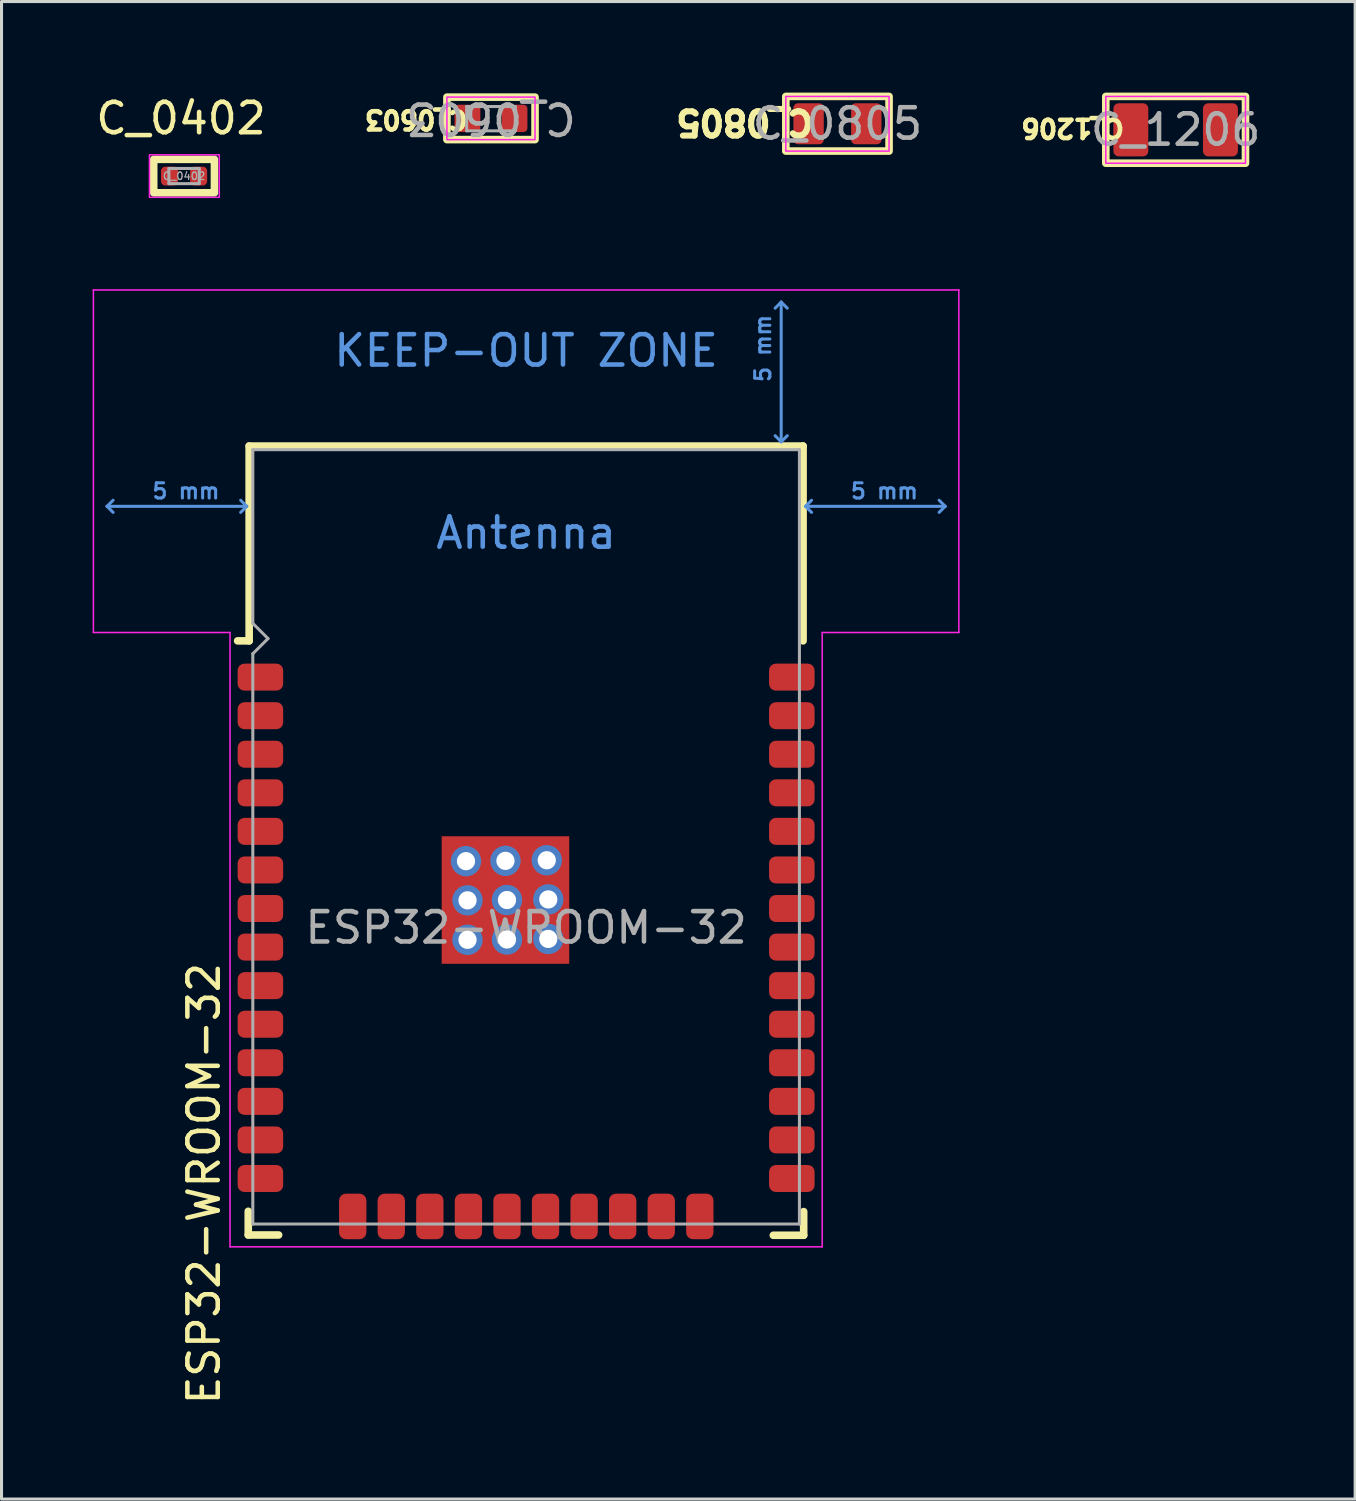
<source format=kicad_pcb>
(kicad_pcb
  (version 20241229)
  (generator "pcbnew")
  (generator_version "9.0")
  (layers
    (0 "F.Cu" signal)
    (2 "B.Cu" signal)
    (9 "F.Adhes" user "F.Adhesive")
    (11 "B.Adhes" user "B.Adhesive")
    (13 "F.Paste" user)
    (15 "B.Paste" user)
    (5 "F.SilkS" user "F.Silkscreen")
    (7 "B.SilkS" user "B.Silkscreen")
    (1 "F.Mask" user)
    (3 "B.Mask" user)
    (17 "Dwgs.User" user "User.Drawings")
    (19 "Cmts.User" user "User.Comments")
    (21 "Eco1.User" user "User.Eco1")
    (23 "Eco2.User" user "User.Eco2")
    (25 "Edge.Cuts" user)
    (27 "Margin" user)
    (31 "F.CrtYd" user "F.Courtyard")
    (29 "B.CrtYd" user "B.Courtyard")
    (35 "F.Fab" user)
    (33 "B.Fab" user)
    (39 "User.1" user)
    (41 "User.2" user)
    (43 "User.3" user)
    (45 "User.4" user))
  (footprint "C_0603"
    (layer "F.Cu")
    (at 13.118 0.848)
    (property "Reference" "C_0603" (at -2.46 0.035 180) (unlocked yes) (layer "F.SilkS") (effects (font (size 0.6 0.6) (thickness 0.15) (bold yes))))
    (attr smd)
    (fp_rect (start -1.451 -0.7) (end 1.451 0.7) (stroke (width 0.25) (type default)) (fill no) (layer "F.SilkS"))
    (fp_rect (start -1.451 -0.7) (end 1.451 0.7) (stroke (width 0.05) (type default)) (fill no) (layer "F.CrtYd"))
    (fp_line (start -0.8 -0.39) (end 0.8 -0.39) (stroke (width 0.1) (type solid)) (layer "F.Fab"))
    (fp_line (start -0.8 0.41) (end -0.8 -0.39) (stroke (width 0.1) (type solid)) (layer "F.Fab"))
    (fp_line (start 0.8 -0.39) (end 0.8 0.41) (stroke (width 0.1) (type solid)) (layer "F.Fab"))
    (fp_line (start 0.8 0.41) (end -0.8 0.41) (stroke (width 0.1) (type solid)) (layer "F.Fab"))
    (fp_text user "${REFERENCE}" (at 0 0 180) (unlocked yes) (layer "F.Fab") (effects (font (size 1 1) (thickness 0.15))))
    (pad "1" smd roundrect (at -0.775 0 180) (size 0.85 0.9) (layers "F.Cu" "F.Mask" "F.Paste") (roundrect_rratio 0.15))
    (pad "2" smd roundrect (at 0.775 0 180) (size 0.85 0.9) (layers "F.Cu" "F.Mask" "F.Paste") (roundrect_rratio 0.15)))
  (footprint "C_0402"
    (layer "F.Cu")
    (at 3.011 2.748)
    (property "Reference" "C_0402" (at -0.1 -1.9 0) (layer "F.SilkS") (effects (font (size 1 1) (thickness 0.15))))
    (attr smd)
    (fp_rect (start -1 -0.55) (end 1 0.55) (stroke (width 0.25) (type solid)) (fill no) (layer "F.SilkS"))
    (fp_rect (start -1.14 -0.7) (end 1.16 0.7) (stroke (width 0.05) (type solid)) (fill no) (layer "F.CrtYd"))
    (fp_line (start -0.5 -0.25) (end 0.5 -0.25) (stroke (width 0.1) (type solid)) (layer "F.Fab"))
    (fp_line (start -0.5 0.25) (end -0.5 -0.25) (stroke (width 0.1) (type solid)) (layer "F.Fab"))
    (fp_line (start 0.5 -0.25) (end 0.5 0.25) (stroke (width 0.1) (type solid)) (layer "F.Fab"))
    (fp_line (start 0.5 0.25) (end -0.5 0.25) (stroke (width 0.1) (type solid)) (layer "F.Fab"))
    (fp_text user "${REFERENCE}" (at 0 0 0) (layer "F.Fab") (effects (font (size 0.25 0.25) (thickness 0.04))))
    (pad "1" smd roundrect (at -0.48 0) (size 0.56 0.62) (layers "F.Cu" "F.Mask" "F.Paste") (roundrect_rratio 0.25))
    (pad "2" smd roundrect (at 0.48 0) (size 0.56 0.62) (layers "F.Cu" "F.Mask" "F.Paste") (roundrect_rratio 0.25)))
  (footprint "C_0805"
    (layer "F.Cu")
    (at 24.527 1.025)
    (property "Reference" "C_0805" (at -3.05 -0.05 180) (unlocked yes) (layer "F.SilkS") (effects (font (size 0.8 0.8) (thickness 0.2) (bold yes))))
    (attr smd)
    (fp_rect (start -1.7 -0.9) (end 1.7 0.9) (stroke (width 0.25) (type default)) (fill no) (layer "F.SilkS"))
    (fp_rect (start -1.7 -0.9) (end 1.7 0.9) (stroke (width 0.05) (type default)) (fill no) (layer "F.CrtYd"))
    (fp_text user "${REFERENCE}" (at 0 0 0) (unlocked yes) (layer "F.Fab") (effects (font (size 1 1) (thickness 0.15))))
    (pad "1" smd roundrect (at -0.95 0) (size 1 1.35) (layers "F.Cu" "F.Mask" "F.Paste") (roundrect_rratio 0.15))
    (pad "2" smd roundrect (at 0.95 0) (size 1 1.35) (layers "F.Cu" "F.Mask" "F.Paste") (roundrect_rratio 0.15)))
  (footprint "ESP32-WROOM-32"
    (layer "F.Cu")
    (at 14.275 27.498)
    (property "Reference" "ESP32-WROOM-32" (at -10.61 8.43 90) (layer "F.SilkS") (effects (font (size 1 1) (thickness 0.15))))
    (attr smd)
    (fp_line (start -9.15 9.34) (end -9.15 10.12) (stroke (width 0.25) (type solid)) (layer "F.SilkS"))
    (fp_line (start -9.15 10.12) (end -8.15 10.12) (stroke (width 0.25) (type solid)) (layer "F.SilkS"))
    (fp_line (start -9.12 -15.86) (end -9.12 -9.445) (stroke (width 0.25) (type solid)) (layer "F.SilkS"))
    (fp_line (start -9.12 -15.86) (end 9.12 -15.86) (stroke (width 0.25) (type solid)) (layer "F.SilkS"))
    (fp_line (start -9.12 -9.445) (end -9.5 -9.445) (stroke (width 0.25) (type solid)) (layer "F.SilkS"))
    (fp_line (start 9.12 -15.86) (end 9.12 -9.445) (stroke (width 0.25) (type solid)) (layer "F.SilkS"))
    (fp_line (start 9.14 9.35) (end 9.14 10.13) (stroke (width 0.25) (type solid)) (layer "F.SilkS"))
    (fp_line (start 9.14 10.13) (end 8.14 10.13) (stroke (width 0.25) (type solid)) (layer "F.SilkS"))
    (fp_line (start -13.8 -13.875) (end -13.6 -14.075) (stroke (width 0.1) (type solid)) (layer "Cmts.User"))
    (fp_line (start -13.8 -13.875) (end -13.6 -13.675) (stroke (width 0.1) (type solid)) (layer "Cmts.User"))
    (fp_line (start -13.8 -13.875) (end -9.2 -13.875) (stroke (width 0.1) (type solid)) (layer "Cmts.User"))
    (fp_line (start -9.2 -13.875) (end -9.4 -14.075) (stroke (width 0.1) (type solid)) (layer "Cmts.User"))
    (fp_line (start -9.2 -13.875) (end -9.4 -13.675) (stroke (width 0.1) (type solid)) (layer "Cmts.User"))
    (fp_line (start 8.4 -20.6) (end 8.2 -20.4) (stroke (width 0.1) (type solid)) (layer "Cmts.User"))
    (fp_line (start 8.4 -20.6) (end 8.6 -20.4) (stroke (width 0.1) (type solid)) (layer "Cmts.User"))
    (fp_line (start 8.4 -16) (end 8.2 -16.2) (stroke (width 0.1) (type solid)) (layer "Cmts.User"))
    (fp_line (start 8.4 -16) (end 8.4 -20.6) (stroke (width 0.1) (type solid)) (layer "Cmts.User"))
    (fp_line (start 8.4 -16) (end 8.6 -16.2) (stroke (width 0.1) (type solid)) (layer "Cmts.User"))
    (fp_line (start 9.2 -13.875) (end 9.4 -14.075) (stroke (width 0.1) (type solid)) (layer "Cmts.User"))
    (fp_line (start 9.2 -13.875) (end 9.4 -13.675) (stroke (width 0.1) (type solid)) (layer "Cmts.User"))
    (fp_line (start 9.2 -13.875) (end 13.8 -13.875) (stroke (width 0.1) (type solid)) (layer "Cmts.User"))
    (fp_line (start 13.8 -13.875) (end 13.6 -14.075) (stroke (width 0.1) (type solid)) (layer "Cmts.User"))
    (fp_line (start 13.8 -13.875) (end 13.6 -13.675) (stroke (width 0.1) (type solid)) (layer "Cmts.User"))
    (fp_line (start -14.25 -21) (end -14.25 -9.72) (stroke (width 0.05) (type solid)) (layer "F.CrtYd"))
    (fp_line (start -14.25 -21) (end 14.25 -21) (stroke (width 0.05) (type solid)) (layer "F.CrtYd"))
    (fp_line (start -14.25 -9.72) (end -9.75 -9.72) (stroke (width 0.05) (type solid)) (layer "F.CrtYd"))
    (fp_line (start -9.75 10.51) (end -9.75 -9.72) (stroke (width 0.05) (type solid)) (layer "F.CrtYd"))
    (fp_line (start -9.75 10.51) (end 9.75 10.51) (stroke (width 0.05) (type solid)) (layer "F.CrtYd"))
    (fp_line (start 9.75 -9.72) (end 9.75 10.51) (stroke (width 0.05) (type solid)) (layer "F.CrtYd"))
    (fp_line (start 9.75 -9.72) (end 14.25 -9.72) (stroke (width 0.05) (type solid)) (layer "F.CrtYd"))
    (fp_line (start 14.25 -21) (end 14.25 -9.72) (stroke (width 0.05) (type solid)) (layer "F.CrtYd"))
    (fp_line (start -9 -15.74) (end -9 -10.02) (stroke (width 0.1) (type solid)) (layer "F.Fab"))
    (fp_line (start -9 -15.74) (end 9 -15.74) (stroke (width 0.1) (type solid)) (layer "F.Fab"))
    (fp_line (start -9 -9.02) (end -9 9.76) (stroke (width 0.1) (type solid)) (layer "F.Fab"))
    (fp_line (start -9 -9.02) (end -8.5 -9.52) (stroke (width 0.1) (type solid)) (layer "F.Fab"))
    (fp_line (start -9 9.76) (end 9 9.76) (stroke (width 0.1) (type solid)) (layer "F.Fab"))
    (fp_line (start -8.5 -9.52) (end -9 -10.02) (stroke (width 0.1) (type solid)) (layer "F.Fab"))
    (fp_line (start 9 9.76) (end 9 -15.74) (stroke (width 0.1) (type solid)) (layer "F.Fab"))
    (fp_text user "5 mm" (at 11.8 -14.375 0) (layer "Cmts.User") (effects (font (size 0.5 0.5) (thickness 0.1))))
    (fp_text user "KEEP-OUT ZONE" (at 0 -19 0) (layer "Cmts.User") (effects (font (size 1 1) (thickness 0.15))))
    (fp_text user "5 mm" (at 7.8 -19.075 90) (layer "Cmts.User") (effects (font (size 0.5 0.5) (thickness 0.1))))
    (fp_text user "Antenna" (at 0 -13 0) (layer "Cmts.User") (effects (font (size 1 1) (thickness 0.15))))
    (fp_text user "5 mm" (at -11.2 -14.375 0) (layer "Cmts.User") (effects (font (size 0.5 0.5) (thickness 0.1))))
    (fp_text user "${REFERENCE}" (at 0 0 0) (layer "F.Fab") (effects (font (size 1 1) (thickness 0.15))))
    (pad "1" smd roundrect (at -8.75 -8.25) (size 1.499 0.889) (layers "F.Cu" "F.Mask" "F.Paste") (roundrect_rratio 0.25))
    (pad "2" smd roundrect (at -8.75 -6.98) (size 1.499 0.889) (layers "F.Cu" "F.Mask" "F.Paste") (roundrect_rratio 0.25))
    (pad "3" smd roundrect (at -8.75 -5.71) (size 1.499 0.889) (layers "F.Cu" "F.Mask" "F.Paste") (roundrect_rratio 0.25))
    (pad "4" smd roundrect (at -8.75 -4.44) (size 1.499 0.889) (layers "F.Cu" "F.Mask" "F.Paste") (roundrect_rratio 0.25))
    (pad "5" smd roundrect (at -8.75 -3.17) (size 1.499 0.889) (layers "F.Cu" "F.Mask" "F.Paste") (roundrect_rratio 0.25))
    (pad "6" smd roundrect (at -8.75 -1.9) (size 1.499 0.889) (layers "F.Cu" "F.Mask" "F.Paste") (roundrect_rratio 0.25))
    (pad "7" smd roundrect (at -8.75 -0.63) (size 1.499 0.889) (layers "F.Cu" "F.Mask" "F.Paste") (roundrect_rratio 0.25))
    (pad "8" smd roundrect (at -8.75 0.64) (size 1.499 0.889) (layers "F.Cu" "F.Mask" "F.Paste") (roundrect_rratio 0.25))
    (pad "9" smd roundrect (at -8.75 1.91) (size 1.499 0.889) (layers "F.Cu" "F.Mask" "F.Paste") (roundrect_rratio 0.25))
    (pad "10" smd roundrect (at -8.75 3.18) (size 1.499 0.889) (layers "F.Cu" "F.Mask" "F.Paste") (roundrect_rratio 0.25))
    (pad "11" smd roundrect (at -8.75 4.45) (size 1.499 0.889) (layers "F.Cu" "F.Mask" "F.Paste") (roundrect_rratio 0.25))
    (pad "12" smd roundrect (at -8.75 5.72) (size 1.499 0.889) (layers "F.Cu" "F.Mask" "F.Paste") (roundrect_rratio 0.25))
    (pad "13" smd roundrect (at -8.75 6.99) (size 1.499 0.889) (layers "F.Cu" "F.Mask" "F.Paste") (roundrect_rratio 0.25))
    (pad "14" smd roundrect (at -8.75 8.26) (size 1.499 0.889) (layers "F.Cu" "F.Mask" "F.Paste") (roundrect_rratio 0.25))
    (pad "15" smd roundrect (at -5.71 9.51 90) (size 1.5 0.9) (layers "F.Cu" "F.Mask" "F.Paste") (roundrect_rratio 0.25))
    (pad "16" smd roundrect (at -4.44 9.51 90) (size 1.5 0.9) (layers "F.Cu" "F.Mask" "F.Paste") (roundrect_rratio 0.25))
    (pad "17" smd roundrect (at -3.17 9.51 90) (size 1.5 0.9) (layers "F.Cu" "F.Mask" "F.Paste") (roundrect_rratio 0.25))
    (pad "18" smd roundrect (at -1.9 9.51 90) (size 1.5 0.9) (layers "F.Cu" "F.Mask" "F.Paste") (roundrect_rratio 0.25))
    (pad "19" smd roundrect (at -0.63 9.51 90) (size 1.5 0.9) (layers "F.Cu" "F.Mask" "F.Paste") (roundrect_rratio 0.25))
    (pad "20" smd roundrect (at 0.64 9.51 90) (size 1.5 0.9) (layers "F.Cu" "F.Mask" "F.Paste") (roundrect_rratio 0.25))
    (pad "21" smd roundrect (at 1.91 9.51 90) (size 1.5 0.9) (layers "F.Cu" "F.Mask" "F.Paste") (roundrect_rratio 0.25))
    (pad "22" smd roundrect (at 3.18 9.51 90) (size 1.5 0.9) (layers "F.Cu" "F.Mask" "F.Paste") (roundrect_rratio 0.25))
    (pad "23" smd roundrect (at 4.45 9.51 90) (size 1.5 0.9) (layers "F.Cu" "F.Mask" "F.Paste") (roundrect_rratio 0.25))
    (pad "24" smd roundrect (at 5.72 9.51 90) (size 1.5 0.9) (layers "F.Cu" "F.Mask" "F.Paste") (roundrect_rratio 0.25))
    (pad "25" smd roundrect (at 8.75 8.26) (size 1.499 0.889) (layers "F.Cu" "F.Mask" "F.Paste") (roundrect_rratio 0.25))
    (pad "26" smd roundrect (at 8.75 6.99) (size 1.499 0.889) (layers "F.Cu" "F.Mask" "F.Paste") (roundrect_rratio 0.25))
    (pad "27" smd roundrect (at 8.75 5.72) (size 1.499 0.889) (layers "F.Cu" "F.Mask" "F.Paste") (roundrect_rratio 0.25))
    (pad "28" smd roundrect (at 8.75 4.45) (size 1.499 0.889) (layers "F.Cu" "F.Mask" "F.Paste") (roundrect_rratio 0.25))
    (pad "29" smd roundrect (at 8.75 3.18) (size 1.499 0.889) (layers "F.Cu" "F.Mask" "F.Paste") (roundrect_rratio 0.25))
    (pad "30" smd roundrect (at 8.75 1.91) (size 1.499 0.889) (layers "F.Cu" "F.Mask" "F.Paste") (roundrect_rratio 0.25))
    (pad "31" smd roundrect (at 8.75 0.64) (size 1.499 0.889) (layers "F.Cu" "F.Mask" "F.Paste") (roundrect_rratio 0.25))
    (pad "32" smd roundrect (at 8.75 -0.63) (size 1.499 0.889) (layers "F.Cu" "F.Mask" "F.Paste") (roundrect_rratio 0.25))
    (pad "33" smd roundrect (at 8.75 -1.9) (size 1.499 0.889) (layers "F.Cu" "F.Mask" "F.Paste") (roundrect_rratio 0.25))
    (pad "34" smd roundrect (at 8.75 -3.17) (size 1.499 0.889) (layers "F.Cu" "F.Mask" "F.Paste") (roundrect_rratio 0.25))
    (pad "35" smd roundrect (at 8.75 -4.44) (size 1.499 0.889) (layers "F.Cu" "F.Mask" "F.Paste") (roundrect_rratio 0.25))
    (pad "36" smd roundrect (at 8.75 -5.71) (size 1.499 0.889) (layers "F.Cu" "F.Mask" "F.Paste") (roundrect_rratio 0.25))
    (pad "37" smd roundrect (at 8.75 -6.98) (size 1.499 0.889) (layers "F.Cu" "F.Mask" "F.Paste") (roundrect_rratio 0.25))
    (pad "38" smd roundrect (at 8.75 -8.25) (size 1.499 0.889) (layers "F.Cu" "F.Mask" "F.Paste") (roundrect_rratio 0.25))
    (pad "39" thru_hole circle (at -1.98 -2.19) (size 1 1) (drill 0.6) (layers "*.Cu" "*.Mask"))
    (pad "39" thru_hole circle (at -1.93 -0.9) (size 1 1) (drill 0.6) (layers "*.Cu" "*.Mask"))
    (pad "39" thru_hole circle (at -1.93 0.4) (size 1 1) (drill 0.6) (layers "*.Cu" "*.Mask"))
    (pad "39" thru_hole circle (at -0.68 -2.2) (size 1 1) (drill 0.6) (layers "*.Cu" "*.Mask"))
    (pad "39" smd rect (at -0.68 -0.91) (size 4.2 4.2) (layers "F.Cu" "F.Mask"))
    (pad "39" thru_hole circle (at -0.63 -0.91) (size 1 1) (drill 0.6) (layers "*.Cu" "*.Mask"))
    (pad "39" thru_hole circle (at -0.63 0.39) (size 1 1) (drill 0.6) (layers "*.Cu" "*.Mask"))
    (pad "39" thru_hole circle (at 0.68 -2.22) (size 1 1) (drill 0.6) (layers "*.Cu" "*.Mask"))
    (pad "39" thru_hole circle (at 0.73 -0.93) (size 1 1) (drill 0.6) (layers "*.Cu" "*.Mask"))
    (pad "39" thru_hole circle (at 0.73 0.37) (size 1 1) (drill 0.6) (layers "*.Cu" "*.Mask"))
    (zone (net_name "") (layers "F.Cu" "B.Cu") (hatch full 0.508) (connect_pads) (min_thickness 0.254) (filled_areas_thickness no) (keepout (tracks not_allowed) (vias not_allowed) (pads not_allowed) (copperpour not_allowed) (footprints not_allowed)) (placement (enabled no)) (fill) (polygon (pts (xy 0.275 17.528) (xy 28.275 17.528) (xy 28.275 6.748) (xy 0.275 6.748)))))
  (footprint "C_1206"
    (layer "F.Cu")
    (at 35.664 1.225)
    (property "Reference" "C_1206" (at -3.39 -0.06 180) (unlocked yes) (layer "F.SilkS") (effects (font (size 0.6 0.6) (thickness 0.15) (bold yes))))
    (attr smd)
    (fp_rect (start -2.3 -1.1) (end 2.3 1.1) (stroke (width 0.25) (type default)) (fill no) (layer "F.SilkS"))
    (fp_rect (start -2.3 -1.1) (end 2.3 1.1) (stroke (width 0.05) (type default)) (fill no) (layer "F.CrtYd"))
    (fp_text user "${REFERENCE}" (at 0 0 0) (unlocked yes) (layer "F.Fab") (effects (font (size 1 1) (thickness 0.15))))
    (pad "1" smd roundrect (at -1.475 0) (size 1.15 1.75) (layers "F.Cu" "F.Mask" "F.Paste") (roundrect_rratio 0.15))
    (pad "2" smd roundrect (at 1.475 0) (size 1.15 1.75) (layers "F.Cu" "F.Mask" "F.Paste") (roundrect_rratio 0.15)))
  (gr_rect
    (start -3 -3)
    (end 41.575 46.315)
    (stroke (width 0.1) (type default))
    (fill no)
    (layer "Edge.Cuts")))
</source>
